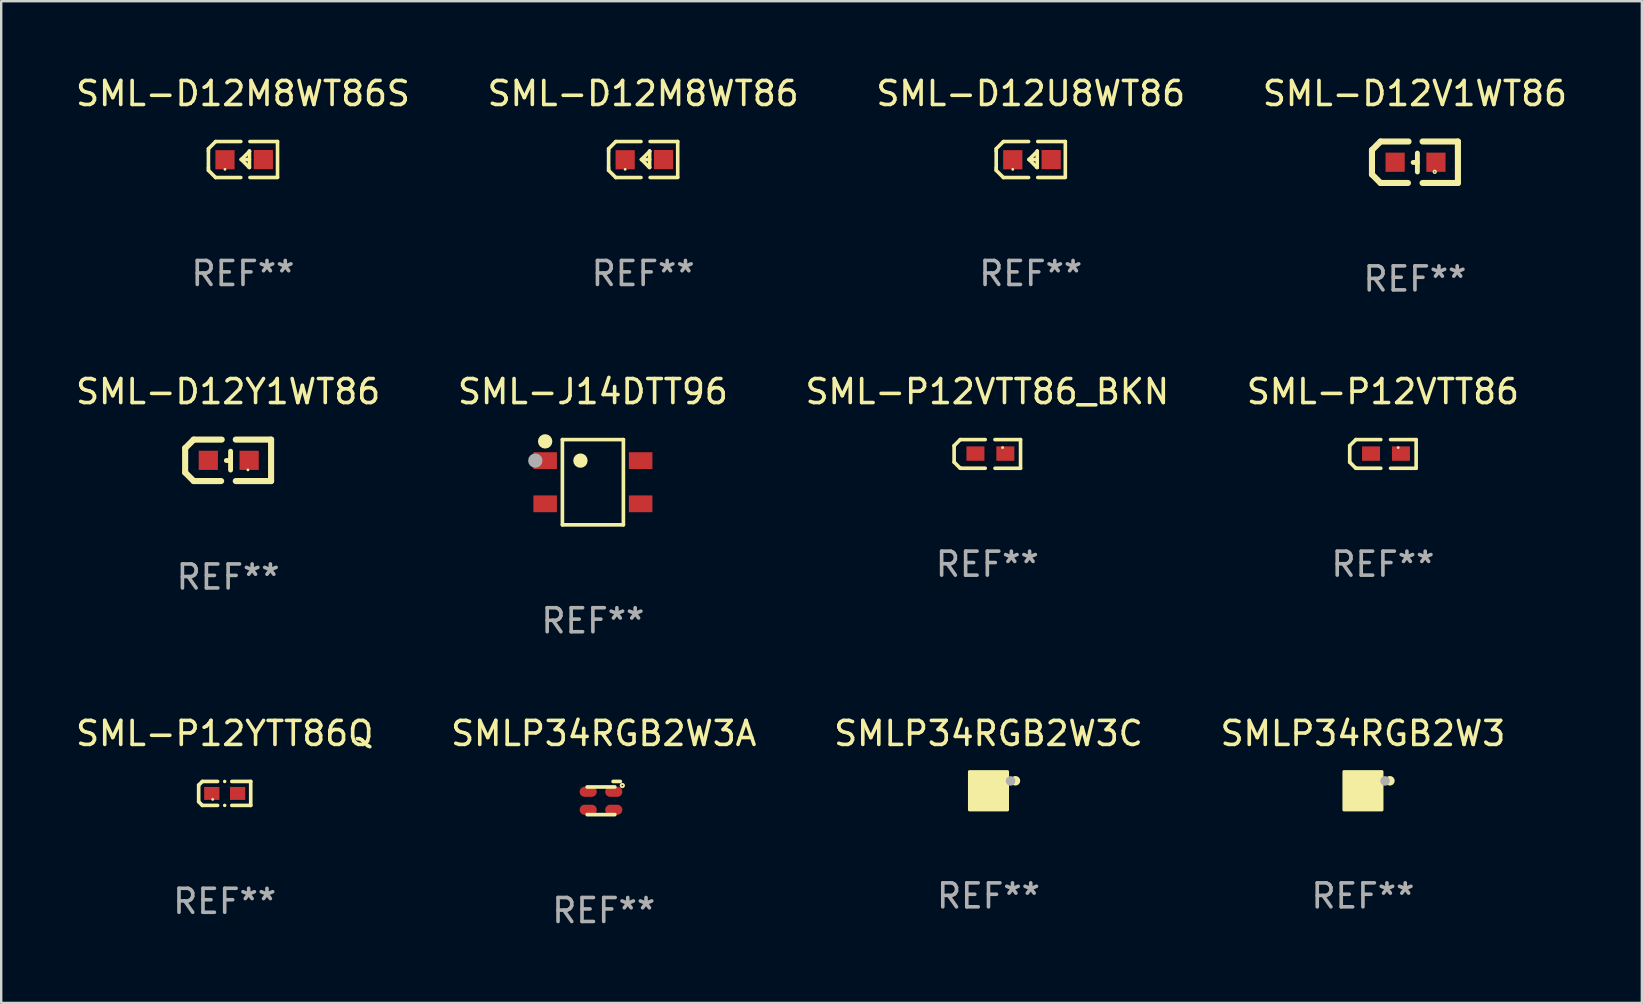
<source format=kicad_pcb>
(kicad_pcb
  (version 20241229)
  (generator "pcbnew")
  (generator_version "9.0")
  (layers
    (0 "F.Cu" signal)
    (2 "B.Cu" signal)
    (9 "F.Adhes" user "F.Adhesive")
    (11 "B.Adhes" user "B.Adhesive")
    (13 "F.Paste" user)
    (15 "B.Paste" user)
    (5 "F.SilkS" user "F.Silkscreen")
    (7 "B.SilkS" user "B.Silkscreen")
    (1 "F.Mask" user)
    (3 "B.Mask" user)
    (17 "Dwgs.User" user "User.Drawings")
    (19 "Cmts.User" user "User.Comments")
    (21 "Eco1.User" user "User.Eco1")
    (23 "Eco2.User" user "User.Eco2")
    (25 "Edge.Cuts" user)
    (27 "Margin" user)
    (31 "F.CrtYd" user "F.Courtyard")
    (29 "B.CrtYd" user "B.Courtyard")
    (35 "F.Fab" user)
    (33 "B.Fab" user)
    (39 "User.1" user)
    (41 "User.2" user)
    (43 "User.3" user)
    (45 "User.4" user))
  (footprint "SML-D12M8WT86"
    (layer "F.Cu")
    (at 23.756 3.599)
    (property "Reference" "SML-D12M8WT86" (at 0 -2.751 0) (layer "F.SilkS") (effects (font (size 1 1) (thickness 0.15))))
    (attr through_hole)
    (fp_line (start -1.44 -0.449) (end -1.14 -0.749) (stroke (width 0.15) (type solid)) (layer "F.SilkS"))
    (fp_line (start -1.44 -0.349) (end -1.44 -0.449) (stroke (width 0.15) (type solid)) (layer "F.SilkS"))
    (fp_line (start -1.44 -0.349) (end -1.44 0.351) (stroke (width 0.15) (type solid)) (layer "F.SilkS"))
    (fp_line (start -1.44 0.351) (end -1.44 0.451) (stroke (width 0.15) (type solid)) (layer "F.SilkS"))
    (fp_line (start -1.44 0.451) (end -1.14 0.751) (stroke (width 0.15) (type solid)) (layer "F.SilkS"))
    (fp_line (start -0.09 -0.749) (end -1.14 -0.749) (stroke (width 0.15) (type solid)) (layer "F.SilkS"))
    (fp_line (start -0.09 0.751) (end -1.14 0.751) (stroke (width 0.15) (type solid)) (layer "F.SilkS"))
    (fp_line (start 0.26 0.329) (end -0.07 -0.001) (stroke (width 0.15) (type solid)) (layer "F.SilkS"))
    (fp_line (start 0.27 -0.351) (end 0.27 -0.341) (stroke (width 0.15) (type solid)) (layer "F.SilkS"))
    (fp_line (start 0.27 -0.351) (end 0.27 0.329) (stroke (width 0.15) (type solid)) (layer "F.SilkS"))
    (fp_line (start 0.27 -0.341) (end -0.07 -0.001) (stroke (width 0.15) (type solid)) (layer "F.SilkS"))
    (fp_line (start 0.27 -0.001) (end -0.07 -0.001) (stroke (width 0.15) (type solid)) (layer "F.SilkS"))
    (fp_line (start 0.27 0.329) (end 0.26 0.329) (stroke (width 0.15) (type solid)) (layer "F.SilkS"))
    (fp_line (start 0.29 -0.751) (end 1.44 -0.751) (stroke (width 0.15) (type solid)) (layer "F.SilkS"))
    (fp_line (start 0.29 0.749) (end 1.44 0.749) (stroke (width 0.15) (type solid)) (layer "F.SilkS"))
    (fp_line (start 1.44 -0.751) (end 1.44 0.729) (stroke (width 0.15) (type solid)) (layer "F.SilkS"))
    (fp_circle (center -0.75 0.409) (end -0.72 0.409) (stroke (width 0.06) (type solid)) (fill no) (layer "F.SilkS"))
    (fp_text user "REF**" (at 0 4.751 0) (layer "F.Fab") (effects (font (size 1 1) (thickness 0.15))))
    (pad "1" smd rect (at -0.75 0.009 90) (size 0.8 0.8) (layers "F.Cu" "F.Mask" "F.Paste"))
    (pad "2" smd rect (at 0.849 0.002 90) (size 0.8 0.8) (layers "F.Cu" "F.Mask" "F.Paste")))
  (footprint "SML-P12VTT86"
    (layer "F.Cu")
    (at 54.589 15.869)
    (property "Reference" "SML-P12VTT86" (at 0 -2.597 0) (layer "F.SilkS") (effects (font (size 1 1) (thickness 0.15))))
    (attr through_hole)
    (fp_line (start -1.384 -0.343) (end -1.13 -0.597) (stroke (width 0.152) (type solid)) (layer "F.SilkS"))
    (fp_line (start -1.384 0.343) (end -1.384 -0.343) (stroke (width 0.152) (type solid)) (layer "F.SilkS"))
    (fp_line (start -1.143 0.584) (end -1.384 0.343) (stroke (width 0.152) (type solid)) (layer "F.SilkS"))
    (fp_line (start -1.13 -0.597) (end -0.089 -0.597) (stroke (width 0.152) (type solid)) (layer "F.SilkS"))
    (fp_line (start -1.105 0.597) (end -1.143 0.584) (stroke (width 0.152) (type solid)) (layer "F.SilkS"))
    (fp_line (start -1.105 0.597) (end -0.089 0.597) (stroke (width 0.152) (type solid)) (layer "F.SilkS"))
    (fp_line (start 0.318 0.597) (end 1.384 0.597) (stroke (width 0.15) (type solid)) (layer "F.SilkS"))
    (fp_line (start 1.384 -0.597) (end 0.318 -0.597) (stroke (width 0.15) (type solid)) (layer "F.SilkS"))
    (fp_line (start 1.384 0.597) (end 1.384 -0.597) (stroke (width 0.15) (type solid)) (layer "F.SilkS"))
    (fp_circle (center 0.637 -0.264) (end 0.667 -0.264) (stroke (width 0.06) (type solid)) (fill no) (layer "F.SilkS"))
    (fp_text user "REF**" (at 0 4.597 0) (layer "F.Fab") (effects (font (size 1 1) (thickness 0.15))))
    (pad "1" smd rect (at 0.75 -0.014) (size 0.75 0.6) (layers "F.Cu" "F.Mask" "F.Paste"))
    (pad "2" smd rect (at -0.496 -0.014) (size 0.75 0.6) (layers "F.Cu" "F.Mask" "F.Paste")))
  (footprint "SML-D12M8WT86S"
    (layer "F.Cu")
    (at 7.077 3.599)
    (property "Reference" "SML-D12M8WT86S" (at 0 -2.751 0) (layer "F.SilkS") (effects (font (size 1 1) (thickness 0.15))))
    (attr through_hole)
    (fp_line (start -1.44 -0.449) (end -1.14 -0.749) (stroke (width 0.15) (type solid)) (layer "F.SilkS"))
    (fp_line (start -1.44 -0.349) (end -1.44 -0.449) (stroke (width 0.15) (type solid)) (layer "F.SilkS"))
    (fp_line (start -1.44 -0.349) (end -1.44 0.351) (stroke (width 0.15) (type solid)) (layer "F.SilkS"))
    (fp_line (start -1.44 0.351) (end -1.44 0.451) (stroke (width 0.15) (type solid)) (layer "F.SilkS"))
    (fp_line (start -1.44 0.451) (end -1.14 0.751) (stroke (width 0.15) (type solid)) (layer "F.SilkS"))
    (fp_line (start -0.09 -0.749) (end -1.14 -0.749) (stroke (width 0.15) (type solid)) (layer "F.SilkS"))
    (fp_line (start -0.09 0.751) (end -1.14 0.751) (stroke (width 0.15) (type solid)) (layer "F.SilkS"))
    (fp_line (start 0.26 0.329) (end -0.07 -0.001) (stroke (width 0.15) (type solid)) (layer "F.SilkS"))
    (fp_line (start 0.27 -0.351) (end 0.27 -0.341) (stroke (width 0.15) (type solid)) (layer "F.SilkS"))
    (fp_line (start 0.27 -0.351) (end 0.27 0.329) (stroke (width 0.15) (type solid)) (layer "F.SilkS"))
    (fp_line (start 0.27 -0.341) (end -0.07 -0.001) (stroke (width 0.15) (type solid)) (layer "F.SilkS"))
    (fp_line (start 0.27 -0.001) (end -0.07 -0.001) (stroke (width 0.15) (type solid)) (layer "F.SilkS"))
    (fp_line (start 0.27 0.329) (end 0.26 0.329) (stroke (width 0.15) (type solid)) (layer "F.SilkS"))
    (fp_line (start 0.29 -0.751) (end 1.44 -0.751) (stroke (width 0.15) (type solid)) (layer "F.SilkS"))
    (fp_line (start 0.29 0.749) (end 1.44 0.749) (stroke (width 0.15) (type solid)) (layer "F.SilkS"))
    (fp_line (start 1.44 -0.751) (end 1.44 0.729) (stroke (width 0.15) (type solid)) (layer "F.SilkS"))
    (fp_circle (center -0.75 0.409) (end -0.72 0.409) (stroke (width 0.06) (type solid)) (fill no) (layer "F.SilkS"))
    (fp_text user "REF**" (at 0 4.751 0) (layer "F.Fab") (effects (font (size 1 1) (thickness 0.15))))
    (pad "1" smd rect (at -0.75 0.009 90) (size 0.8 0.8) (layers "F.Cu" "F.Mask" "F.Paste"))
    (pad "2" smd rect (at 0.849 0.002 90) (size 0.8 0.8) (layers "F.Cu" "F.Mask" "F.Paste")))
  (footprint "SMLP34RGB2W3C"
    (layer "F.Cu")
    (at 38.149 29.906)
    (property "Reference" "SMLP34RGB2W3C" (at 0 -2.385 0) (layer "F.SilkS") (effects (font (size 1 1) (thickness 0.15))))
    (attr through_hole)
    (fp_circle (center 0.5 -0.5) (end 0.53 -0.5) (stroke (width 0.06) (type solid)) (fill no) (layer "F.SilkS"))
    (fp_circle (center 1.123 -0.414) (end 1.223 -0.414) (stroke (width 0.2) (type solid)) (fill no) (layer "F.SilkS"))
    (fp_poly (pts (xy -0.795 -0.798) (xy 0.795 -0.798) (xy 0.795 0.801) (xy -0.795 0.801)) (stroke (width 0.12) (type solid)) (fill yes) (layer "F.SilkS"))
    (fp_circle (center 0.92 -0.408) (end 1.02 -0.408) (stroke (width 0.2) (type solid)) (fill no) (layer "F.Fab"))
    (fp_text user "REF**" (at 0 4.385 0) (layer "F.Fab") (effects (font (size 1 1) (thickness 0.15))))
    (pad "1" smd rect (at 0.385 -0.385) (size 0.43 0.43) (layers "F.Cu" "F.Mask" "F.Paste"))
    (pad "2" smd rect (at 0.385 0.385) (size 0.43 0.43) (layers "F.Cu" "F.Mask" "F.Paste"))
    (pad "3" smd rect (at -0.385 0.385) (size 0.43 0.43) (layers "F.Cu" "F.Mask" "F.Paste"))
    (pad "4" smd rect (at -0.385 -0.385) (size 0.43 0.43) (layers "F.Cu" "F.Mask" "F.Paste")))
  (footprint "SML-D12U8WT86"
    (layer "F.Cu")
    (at 39.911 3.599)
    (property "Reference" "SML-D12U8WT86" (at 0 -2.751 0) (layer "F.SilkS") (effects (font (size 1 1) (thickness 0.15))))
    (attr through_hole)
    (fp_line (start -1.44 -0.449) (end -1.14 -0.749) (stroke (width 0.15) (type solid)) (layer "F.SilkS"))
    (fp_line (start -1.44 -0.349) (end -1.44 -0.449) (stroke (width 0.15) (type solid)) (layer "F.SilkS"))
    (fp_line (start -1.44 -0.349) (end -1.44 0.351) (stroke (width 0.15) (type solid)) (layer "F.SilkS"))
    (fp_line (start -1.44 0.351) (end -1.44 0.451) (stroke (width 0.15) (type solid)) (layer "F.SilkS"))
    (fp_line (start -1.44 0.451) (end -1.14 0.751) (stroke (width 0.15) (type solid)) (layer "F.SilkS"))
    (fp_line (start -0.09 -0.749) (end -1.14 -0.749) (stroke (width 0.15) (type solid)) (layer "F.SilkS"))
    (fp_line (start -0.09 0.751) (end -1.14 0.751) (stroke (width 0.15) (type solid)) (layer "F.SilkS"))
    (fp_line (start 0.26 0.329) (end -0.07 -0.001) (stroke (width 0.15) (type solid)) (layer "F.SilkS"))
    (fp_line (start 0.27 -0.351) (end 0.27 -0.341) (stroke (width 0.15) (type solid)) (layer "F.SilkS"))
    (fp_line (start 0.27 -0.351) (end 0.27 0.329) (stroke (width 0.15) (type solid)) (layer "F.SilkS"))
    (fp_line (start 0.27 -0.341) (end -0.07 -0.001) (stroke (width 0.15) (type solid)) (layer "F.SilkS"))
    (fp_line (start 0.27 -0.001) (end -0.07 -0.001) (stroke (width 0.15) (type solid)) (layer "F.SilkS"))
    (fp_line (start 0.27 0.329) (end 0.26 0.329) (stroke (width 0.15) (type solid)) (layer "F.SilkS"))
    (fp_line (start 0.29 -0.751) (end 1.44 -0.751) (stroke (width 0.15) (type solid)) (layer "F.SilkS"))
    (fp_line (start 0.29 0.749) (end 1.44 0.749) (stroke (width 0.15) (type solid)) (layer "F.SilkS"))
    (fp_line (start 1.44 -0.751) (end 1.44 0.729) (stroke (width 0.15) (type solid)) (layer "F.SilkS"))
    (fp_circle (center -0.75 0.409) (end -0.72 0.409) (stroke (width 0.06) (type solid)) (fill no) (layer "F.SilkS"))
    (fp_text user "REF**" (at 0 4.751 0) (layer "F.Fab") (effects (font (size 1 1) (thickness 0.15))))
    (pad "1" smd rect (at -0.75 0.009 90) (size 0.8 0.8) (layers "F.Cu" "F.Mask" "F.Paste"))
    (pad "2" smd rect (at 0.849 0.002 90) (size 0.8 0.8) (layers "F.Cu" "F.Mask" "F.Paste")))
  (footprint "SML-D12Y1WT86"
    (layer "F.Cu")
    (at 6.458 16.136)
    (property "Reference" "SML-D12Y1WT86" (at 0 -2.864 0) (layer "F.SilkS") (effects (font (size 1 1) (thickness 0.15))))
    (attr through_hole)
    (fp_line (start -1.791 -0.508) (end -1.435 -0.864) (stroke (width 0.254) (type solid)) (layer "F.SilkS"))
    (fp_line (start -1.791 0.508) (end -1.791 -0.508) (stroke (width 0.254) (type solid)) (layer "F.SilkS"))
    (fp_line (start -1.435 0.864) (end -1.791 0.508) (stroke (width 0.254) (type solid)) (layer "F.SilkS"))
    (fp_line (start -0.292 0.864) (end -1.435 0.864) (stroke (width 0.254) (type solid)) (layer "F.SilkS"))
    (fp_line (start -0.267 -0.864) (end -1.435 -0.864) (stroke (width 0.254) (type solid)) (layer "F.SilkS"))
    (fp_line (start 0.102 0.008) (end -0.074 0.008) (stroke (width 0.203) (type solid)) (layer "F.SilkS"))
    (fp_line (start 0.102 0.406) (end 0.102 -0.381) (stroke (width 0.203) (type solid)) (layer "F.SilkS"))
    (fp_line (start 1.791 -0.864) (end 0.318 -0.864) (stroke (width 0.254) (type solid)) (layer "F.SilkS"))
    (fp_line (start 1.791 0.864) (end 0.318 0.864) (stroke (width 0.254) (type solid)) (layer "F.SilkS"))
    (fp_line (start 1.791 0.864) (end 1.791 -0.864) (stroke (width 0.254) (type solid)) (layer "F.SilkS"))
    (fp_circle (center 0.825 0.4) (end 0.855 0.4) (stroke (width 0.06) (type solid)) (fill no) (layer "F.SilkS"))
    (fp_text user "REF**" (at 0 4.864 0) (layer "F.Fab") (effects (font (size 1 1) (thickness 0.15))))
    (pad "1" smd rect (at 0.876 0 90) (size 0.8 0.8) (layers "F.Cu" "F.Mask" "F.Paste"))
    (pad "2" smd rect (at -0.826 0 90) (size 0.8 0.8) (layers "F.Cu" "F.Mask" "F.Paste")))
  (footprint "SML-P12VTT86_BKN"
    (layer "F.Cu")
    (at 38.101 15.869)
    (property "Reference" "SML-P12VTT86_BKN" (at 0 -2.597 0) (layer "F.SilkS") (effects (font (size 1 1) (thickness 0.15))))
    (attr through_hole)
    (fp_line (start -1.384 -0.343) (end -1.13 -0.597) (stroke (width 0.152) (type solid)) (layer "F.SilkS"))
    (fp_line (start -1.384 0.343) (end -1.384 -0.343) (stroke (width 0.152) (type solid)) (layer "F.SilkS"))
    (fp_line (start -1.143 0.584) (end -1.384 0.343) (stroke (width 0.152) (type solid)) (layer "F.SilkS"))
    (fp_line (start -1.13 -0.597) (end -0.089 -0.597) (stroke (width 0.152) (type solid)) (layer "F.SilkS"))
    (fp_line (start -1.105 0.597) (end -1.143 0.584) (stroke (width 0.152) (type solid)) (layer "F.SilkS"))
    (fp_line (start -1.105 0.597) (end -0.089 0.597) (stroke (width 0.152) (type solid)) (layer "F.SilkS"))
    (fp_line (start 0.318 0.597) (end 1.384 0.597) (stroke (width 0.15) (type solid)) (layer "F.SilkS"))
    (fp_line (start 1.384 -0.597) (end 0.318 -0.597) (stroke (width 0.15) (type solid)) (layer "F.SilkS"))
    (fp_line (start 1.384 0.597) (end 1.384 -0.597) (stroke (width 0.15) (type solid)) (layer "F.SilkS"))
    (fp_circle (center 0.637 -0.264) (end 0.667 -0.264) (stroke (width 0.06) (type solid)) (fill no) (layer "F.SilkS"))
    (fp_text user "REF**" (at 0 4.597 0) (layer "F.Fab") (effects (font (size 1 1) (thickness 0.15))))
    (pad "1" smd rect (at 0.75 -0.014) (size 0.75 0.6) (layers "F.Cu" "F.Mask" "F.Paste"))
    (pad "2" smd rect (at -0.496 -0.014) (size 0.75 0.6) (layers "F.Cu" "F.Mask" "F.Paste")))
  (footprint "SML-J14DTT96"
    (layer "F.Cu")
    (at 21.661 17.048)
    (property "Reference" "SML-J14DTT96" (at 0 -3.776 0) (layer "F.SilkS") (effects (font (size 1 1) (thickness 0.15))))
    (attr through_hole)
    (fp_line (start -1.271 -1.776) (end 1.271 -1.776) (stroke (width 0.152) (type solid)) (layer "F.SilkS"))
    (fp_line (start -1.271 1.776) (end -1.271 -1.776) (stroke (width 0.152) (type solid)) (layer "F.SilkS"))
    (fp_line (start 1.271 -1.776) (end 1.271 1.776) (stroke (width 0.152) (type solid)) (layer "F.SilkS"))
    (fp_line (start 1.271 1.776) (end -1.271 1.776) (stroke (width 0.152) (type solid)) (layer "F.SilkS"))
    (fp_circle (center -2 -1.7) (end -1.97 -1.7) (stroke (width 0.06) (type solid)) (fill no) (layer "F.SilkS"))
    (fp_circle (center -1.99 -1.702) (end -1.84 -1.702) (stroke (width 0.3) (type solid)) (fill no) (layer "F.SilkS"))
    (fp_circle (center -0.519 -0.9) (end -0.369 -0.9) (stroke (width 0.3) (type solid)) (fill no) (layer "F.SilkS"))
    (fp_circle (center -2.4 -0.9) (end -2.25 -0.9) (stroke (width 0.3) (type solid)) (fill no) (layer "F.Fab"))
    (fp_text user "REF**" (at 0 5.776 0) (layer "F.Fab") (effects (font (size 1 1) (thickness 0.15))))
    (pad "1" smd rect (at -1.99 -0.9) (size 0.98 0.7) (layers "F.Cu" "F.Mask" "F.Paste"))
    (pad "2" smd rect (at -1.99 0.9) (size 0.98 0.7) (layers "F.Cu" "F.Mask" "F.Paste"))
    (pad "3" smd rect (at 1.99 0.9) (size 0.98 0.7) (layers "F.Cu" "F.Mask" "F.Paste"))
    (pad "4" smd rect (at 1.99 -0.9) (size 0.98 0.7) (layers "F.Cu" "F.Mask" "F.Paste")))
  (footprint "SML-D12V1WT86"
    (layer "F.Cu")
    (at 55.923 3.712)
    (property "Reference" "SML-D12V1WT86" (at 0 -2.864 0) (layer "F.SilkS") (effects (font (size 1 1) (thickness 0.15))))
    (attr through_hole)
    (fp_line (start -1.791 -0.508) (end -1.435 -0.864) (stroke (width 0.254) (type solid)) (layer "F.SilkS"))
    (fp_line (start -1.791 0.508) (end -1.791 -0.508) (stroke (width 0.254) (type solid)) (layer "F.SilkS"))
    (fp_line (start -1.435 0.864) (end -1.791 0.508) (stroke (width 0.254) (type solid)) (layer "F.SilkS"))
    (fp_line (start -0.292 0.864) (end -1.435 0.864) (stroke (width 0.254) (type solid)) (layer "F.SilkS"))
    (fp_line (start -0.267 -0.864) (end -1.435 -0.864) (stroke (width 0.254) (type solid)) (layer "F.SilkS"))
    (fp_line (start 0.102 0.008) (end -0.074 0.008) (stroke (width 0.203) (type solid)) (layer "F.SilkS"))
    (fp_line (start 0.102 0.406) (end 0.102 -0.381) (stroke (width 0.203) (type solid)) (layer "F.SilkS"))
    (fp_line (start 1.791 -0.864) (end 0.318 -0.864) (stroke (width 0.254) (type solid)) (layer "F.SilkS"))
    (fp_line (start 1.791 0.864) (end 0.318 0.864) (stroke (width 0.254) (type solid)) (layer "F.SilkS"))
    (fp_line (start 1.791 0.864) (end 1.791 -0.864) (stroke (width 0.254) (type solid)) (layer "F.SilkS"))
    (fp_circle (center 0.826 0.4) (end 0.855 0.4) (stroke (width 0.06) (type solid)) (fill no) (layer "F.SilkS"))
    (fp_text user "REF**" (at 0 4.864 0) (layer "F.Fab") (effects (font (size 1 1) (thickness 0.15))))
    (pad "1" smd rect (at 0.876 0 90) (size 0.8 0.8) (layers "F.Cu" "F.Mask" "F.Paste"))
    (pad "2" smd rect (at -0.826 0 90) (size 0.8 0.8) (layers "F.Cu" "F.Mask" "F.Paste")))
  (footprint "SMLP34RGB2W3A"
    (layer "F.Cu")
    (at 22.113 30.211)
    (property "Reference" "SMLP34RGB2W3A" (at 0 -2.691 0) (layer "F.SilkS") (effects (font (size 1 1) (thickness 0.15))))
    (attr through_hole)
    (fp_line (start -0.691 -0.462) (end 0.462 -0.462) (stroke (width 0.152) (type solid)) (layer "F.SilkS"))
    (fp_line (start -0.691 0.691) (end 0.462 0.691) (stroke (width 0.152) (type solid)) (layer "F.SilkS"))
    (fp_line (start 0.691 -0.691) (end 0.391 -0.691) (stroke (width 0.152) (type solid)) (layer "F.SilkS"))
    (fp_circle (center 0.774 -0.521) (end 0.804 -0.521) (stroke (width 0.08) (type solid)) (fill no) (layer "F.SilkS"))
    (fp_text user "REF**" (at 0 4.691 0) (layer "F.Fab") (effects (font (size 1 1) (thickness 0.15))))
    (pad "1" smd oval (at 0.418 -0.261 270) (size 0.42 0.715) (layers "F.Cu" "F.Mask" "F.Paste"))
    (pad "2" smd oval (at 0.418 0.489 270) (size 0.42 0.715) (layers "F.Cu" "F.Mask" "F.Paste"))
    (pad "3" smd oval (at -0.647 0.489 270) (size 0.42 0.715) (layers "F.Cu" "F.Mask" "F.Paste"))
    (pad "4" smd oval (at -0.647 -0.261 270) (size 0.42 0.715) (layers "F.Cu" "F.Mask" "F.Paste")))
  (footprint "SMLP34RGB2W3"
    (layer "F.Cu")
    (at 53.756 29.906)
    (property "Reference" "SMLP34RGB2W3" (at 0 -2.385 0) (layer "F.SilkS") (effects (font (size 1 1) (thickness 0.15))))
    (attr through_hole)
    (fp_circle (center 0.5 -0.5) (end 0.53 -0.5) (stroke (width 0.06) (type solid)) (fill no) (layer "F.SilkS"))
    (fp_circle (center 1.123 -0.414) (end 1.223 -0.414) (stroke (width 0.2) (type solid)) (fill no) (layer "F.SilkS"))
    (fp_poly (pts (xy -0.795 -0.798) (xy 0.795 -0.798) (xy 0.795 0.801) (xy -0.795 0.801)) (stroke (width 0.12) (type solid)) (fill yes) (layer "F.SilkS"))
    (fp_circle (center 0.92 -0.408) (end 1.02 -0.408) (stroke (width 0.2) (type solid)) (fill no) (layer "F.Fab"))
    (fp_text user "REF**" (at 0 4.385 0) (layer "F.Fab") (effects (font (size 1 1) (thickness 0.15))))
    (pad "1" smd rect (at 0.385 -0.385) (size 0.43 0.43) (layers "F.Cu" "F.Mask" "F.Paste"))
    (pad "2" smd rect (at 0.385 0.385) (size 0.43 0.43) (layers "F.Cu" "F.Mask" "F.Paste"))
    (pad "3" smd rect (at -0.385 0.385) (size 0.43 0.43) (layers "F.Cu" "F.Mask" "F.Paste"))
    (pad "4" smd rect (at -0.385 -0.385) (size 0.43 0.43) (layers "F.Cu" "F.Mask" "F.Paste")))
  (footprint "SML-P12YTT86Q"
    (layer "F.Cu")
    (at 6.315 30.019)
    (property "Reference" "SML-P12YTT86Q" (at 0 -2.499 0) (layer "F.SilkS") (effects (font (size 1 1) (thickness 0.15))))
    (attr through_hole)
    (fp_line (start -1.085 -0.346) (end -0.933 -0.499) (stroke (width 0.152) (type solid)) (layer "F.SilkS"))
    (fp_line (start -1.085 0.346) (end -1.085 -0.346) (stroke (width 0.152) (type solid)) (layer "F.SilkS"))
    (fp_line (start -0.933 -0.499) (end -0.296 -0.499) (stroke (width 0.152) (type solid)) (layer "F.SilkS"))
    (fp_line (start -0.933 0.499) (end -1.085 0.346) (stroke (width 0.152) (type solid)) (layer "F.SilkS"))
    (fp_line (start -0.296 0.499) (end -0.933 0.499) (stroke (width 0.152) (type solid)) (layer "F.SilkS"))
    (fp_line (start 0.296 0.499) (end 1.085 0.499) (stroke (width 0.152) (type solid)) (layer "F.SilkS"))
    (fp_line (start 1.085 -0.499) (end 0.296 -0.499) (stroke (width 0.152) (type solid)) (layer "F.SilkS"))
    (fp_line (start 1.085 0.499) (end 1.085 -0.499) (stroke (width 0.152) (type solid)) (layer "F.SilkS"))
    (fp_circle (center -0.5 0.25) (end -0.47 0.25) (stroke (width 0.06) (type solid)) (fill no) (layer "F.SilkS"))
    (fp_circle (center 0 -0.499) (end 0.038 -0.499) (stroke (width 0.076) (type solid)) (fill no) (layer "F.SilkS"))
    (fp_circle (center 0 0.499) (end 0.038 0.499) (stroke (width 0.076) (type solid)) (fill no) (layer "F.SilkS"))
    (fp_text user "REF**" (at 0 4.499 0) (layer "F.Fab") (effects (font (size 1 1) (thickness 0.15))))
    (pad "1" smd rect (at -0.538 0) (size 0.636 0.54) (layers "F.Cu" "F.Mask" "F.Paste"))
    (pad "2" smd rect (at 0.538 0) (size 0.636 0.54) (layers "F.Cu" "F.Mask" "F.Paste")))
  (gr_rect
    (start -3 -3)
    (end 65.381 38.75)
    (stroke (width 0.1) (type default))
    (fill no)
    (layer "Edge.Cuts")))
</source>
